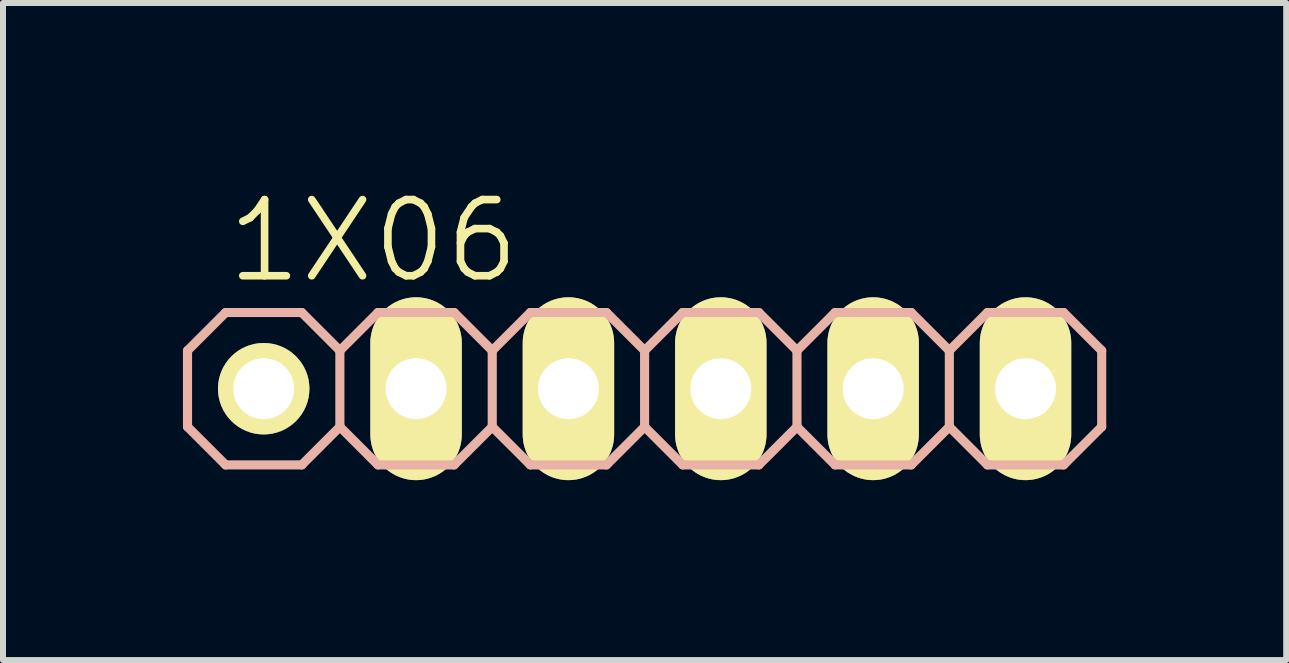
<source format=kicad_pcb>
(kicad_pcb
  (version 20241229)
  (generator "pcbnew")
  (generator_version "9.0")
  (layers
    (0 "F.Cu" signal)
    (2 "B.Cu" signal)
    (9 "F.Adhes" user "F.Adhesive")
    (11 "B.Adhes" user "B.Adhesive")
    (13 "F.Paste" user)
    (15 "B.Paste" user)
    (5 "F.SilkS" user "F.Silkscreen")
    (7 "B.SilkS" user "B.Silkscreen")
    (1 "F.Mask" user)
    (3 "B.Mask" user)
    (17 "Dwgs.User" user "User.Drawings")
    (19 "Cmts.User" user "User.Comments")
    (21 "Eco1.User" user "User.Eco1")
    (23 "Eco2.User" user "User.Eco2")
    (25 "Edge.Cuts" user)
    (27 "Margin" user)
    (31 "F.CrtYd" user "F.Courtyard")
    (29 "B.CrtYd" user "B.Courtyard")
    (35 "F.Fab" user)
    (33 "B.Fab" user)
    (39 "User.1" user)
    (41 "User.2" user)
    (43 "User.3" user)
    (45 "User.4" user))
  (footprint "1X06"
    (layer "F.Cu")
    (at 7.696 3.43)
    (property "Reference" "1X06" (at -4.521 -2.464 0) (layer "F.SilkS") (effects (font (size 1.27 1.27) (thickness 0.127))))
    (attr exclude_from_pos_files exclude_from_bom)
    (fp_line (start -6.604 -0.254) (end -6.096 -0.254) (stroke (width 0.066) (type solid)) (layer "F.SilkS"))
    (fp_line (start -6.604 0.254) (end -6.604 -0.254) (stroke (width 0.066) (type solid)) (layer "F.SilkS"))
    (fp_line (start -6.604 0.254) (end -6.096 0.254) (stroke (width 0.066) (type solid)) (layer "F.SilkS"))
    (fp_line (start -6.096 0.254) (end -6.096 -0.254) (stroke (width 0.066) (type solid)) (layer "F.SilkS"))
    (fp_line (start -4.064 -0.254) (end -3.556 -0.254) (stroke (width 0.066) (type solid)) (layer "F.SilkS"))
    (fp_line (start -4.064 0.254) (end -4.064 -0.254) (stroke (width 0.066) (type solid)) (layer "F.SilkS"))
    (fp_line (start -4.064 0.254) (end -3.556 0.254) (stroke (width 0.066) (type solid)) (layer "F.SilkS"))
    (fp_line (start -3.556 0.254) (end -3.556 -0.254) (stroke (width 0.066) (type solid)) (layer "F.SilkS"))
    (fp_line (start -1.524 -0.254) (end -1.016 -0.254) (stroke (width 0.066) (type solid)) (layer "F.SilkS"))
    (fp_line (start -1.524 0.254) (end -1.524 -0.254) (stroke (width 0.066) (type solid)) (layer "F.SilkS"))
    (fp_line (start -1.524 0.254) (end -1.016 0.254) (stroke (width 0.066) (type solid)) (layer "F.SilkS"))
    (fp_line (start -1.016 0.254) (end -1.016 -0.254) (stroke (width 0.066) (type solid)) (layer "F.SilkS"))
    (fp_line (start 1.016 -0.254) (end 1.524 -0.254) (stroke (width 0.066) (type solid)) (layer "F.SilkS"))
    (fp_line (start 1.016 0.254) (end 1.016 -0.254) (stroke (width 0.066) (type solid)) (layer "F.SilkS"))
    (fp_line (start 1.016 0.254) (end 1.524 0.254) (stroke (width 0.066) (type solid)) (layer "F.SilkS"))
    (fp_line (start 1.524 0.254) (end 1.524 -0.254) (stroke (width 0.066) (type solid)) (layer "F.SilkS"))
    (fp_line (start 3.556 -0.254) (end 4.064 -0.254) (stroke (width 0.066) (type solid)) (layer "F.SilkS"))
    (fp_line (start 3.556 0.254) (end 3.556 -0.254) (stroke (width 0.066) (type solid)) (layer "F.SilkS"))
    (fp_line (start 3.556 0.254) (end 4.064 0.254) (stroke (width 0.066) (type solid)) (layer "F.SilkS"))
    (fp_line (start 4.064 0.254) (end 4.064 -0.254) (stroke (width 0.066) (type solid)) (layer "F.SilkS"))
    (fp_line (start 6.096 -0.254) (end 6.604 -0.254) (stroke (width 0.066) (type solid)) (layer "F.SilkS"))
    (fp_line (start 6.096 0.254) (end 6.096 -0.254) (stroke (width 0.066) (type solid)) (layer "F.SilkS"))
    (fp_line (start 6.096 0.254) (end 6.604 0.254) (stroke (width 0.066) (type solid)) (layer "F.SilkS"))
    (fp_line (start 6.604 0.254) (end 6.604 -0.254) (stroke (width 0.066) (type solid)) (layer "F.SilkS"))
    (fp_line (start -7.62 -0.635) (end -7.62 0.635) (stroke (width 0.152) (type solid)) (layer "B.SilkS"))
    (fp_line (start -7.62 0.635) (end -6.985 1.27) (stroke (width 0.152) (type solid)) (layer "B.SilkS"))
    (fp_line (start -6.985 -1.27) (end -7.62 -0.635) (stroke (width 0.152) (type solid)) (layer "B.SilkS"))
    (fp_line (start -6.985 -1.27) (end -5.715 -1.27) (stroke (width 0.152) (type solid)) (layer "B.SilkS"))
    (fp_line (start -5.715 -1.27) (end -5.08 -0.635) (stroke (width 0.152) (type solid)) (layer "B.SilkS"))
    (fp_line (start -5.715 1.27) (end -6.985 1.27) (stroke (width 0.152) (type solid)) (layer "B.SilkS"))
    (fp_line (start -5.08 -0.635) (end -5.08 0.635) (stroke (width 0.152) (type solid)) (layer "B.SilkS"))
    (fp_line (start -5.08 -0.635) (end -4.445 -1.27) (stroke (width 0.152) (type solid)) (layer "B.SilkS"))
    (fp_line (start -5.08 0.635) (end -5.715 1.27) (stroke (width 0.152) (type solid)) (layer "B.SilkS"))
    (fp_line (start -4.445 -1.27) (end -3.175 -1.27) (stroke (width 0.152) (type solid)) (layer "B.SilkS"))
    (fp_line (start -4.445 1.27) (end -5.08 0.635) (stroke (width 0.152) (type solid)) (layer "B.SilkS"))
    (fp_line (start -3.175 -1.27) (end -2.54 -0.635) (stroke (width 0.152) (type solid)) (layer "B.SilkS"))
    (fp_line (start -3.175 1.27) (end -4.445 1.27) (stroke (width 0.152) (type solid)) (layer "B.SilkS"))
    (fp_line (start -2.54 -0.635) (end -2.54 0.635) (stroke (width 0.152) (type solid)) (layer "B.SilkS"))
    (fp_line (start -2.54 -0.635) (end -1.905 -1.27) (stroke (width 0.152) (type solid)) (layer "B.SilkS"))
    (fp_line (start -2.54 0.635) (end -3.175 1.27) (stroke (width 0.152) (type solid)) (layer "B.SilkS"))
    (fp_line (start -1.905 -1.27) (end -0.635 -1.27) (stroke (width 0.152) (type solid)) (layer "B.SilkS"))
    (fp_line (start -1.905 1.27) (end -2.54 0.635) (stroke (width 0.152) (type solid)) (layer "B.SilkS"))
    (fp_line (start -0.635 -1.27) (end 0 -0.635) (stroke (width 0.152) (type solid)) (layer "B.SilkS"))
    (fp_line (start -0.635 1.27) (end -1.905 1.27) (stroke (width 0.152) (type solid)) (layer "B.SilkS"))
    (fp_line (start 0 -0.635) (end 0 0.635) (stroke (width 0.152) (type solid)) (layer "B.SilkS"))
    (fp_line (start 0 0.635) (end -0.635 1.27) (stroke (width 0.152) (type solid)) (layer "B.SilkS"))
    (fp_line (start 0 0.635) (end 0.635 1.27) (stroke (width 0.152) (type solid)) (layer "B.SilkS"))
    (fp_line (start 0.635 -1.27) (end 0 -0.635) (stroke (width 0.152) (type solid)) (layer "B.SilkS"))
    (fp_line (start 0.635 -1.27) (end 1.905 -1.27) (stroke (width 0.152) (type solid)) (layer "B.SilkS"))
    (fp_line (start 1.905 -1.27) (end 2.54 -0.635) (stroke (width 0.152) (type solid)) (layer "B.SilkS"))
    (fp_line (start 1.905 1.27) (end 0.635 1.27) (stroke (width 0.152) (type solid)) (layer "B.SilkS"))
    (fp_line (start 2.54 -0.635) (end 2.54 0.635) (stroke (width 0.152) (type solid)) (layer "B.SilkS"))
    (fp_line (start 2.54 -0.635) (end 3.175 -1.27) (stroke (width 0.152) (type solid)) (layer "B.SilkS"))
    (fp_line (start 2.54 0.635) (end 1.905 1.27) (stroke (width 0.152) (type solid)) (layer "B.SilkS"))
    (fp_line (start 3.175 -1.27) (end 4.445 -1.27) (stroke (width 0.152) (type solid)) (layer "B.SilkS"))
    (fp_line (start 3.175 1.27) (end 2.54 0.635) (stroke (width 0.152) (type solid)) (layer "B.SilkS"))
    (fp_line (start 4.445 -1.27) (end 5.08 -0.635) (stroke (width 0.152) (type solid)) (layer "B.SilkS"))
    (fp_line (start 4.445 1.27) (end 3.175 1.27) (stroke (width 0.152) (type solid)) (layer "B.SilkS"))
    (fp_line (start 5.08 -0.635) (end 5.08 0.635) (stroke (width 0.152) (type solid)) (layer "B.SilkS"))
    (fp_line (start 5.08 0.635) (end 4.445 1.27) (stroke (width 0.152) (type solid)) (layer "B.SilkS"))
    (fp_line (start 5.08 0.635) (end 5.715 1.27) (stroke (width 0.152) (type solid)) (layer "B.SilkS"))
    (fp_line (start 5.715 -1.27) (end 5.08 -0.635) (stroke (width 0.152) (type solid)) (layer "B.SilkS"))
    (fp_line (start 5.715 -1.27) (end 6.985 -1.27) (stroke (width 0.152) (type solid)) (layer "B.SilkS"))
    (fp_line (start 6.985 -1.27) (end 7.62 -0.635) (stroke (width 0.152) (type solid)) (layer "B.SilkS"))
    (fp_line (start 6.985 1.27) (end 5.715 1.27) (stroke (width 0.152) (type solid)) (layer "B.SilkS"))
    (fp_line (start 7.62 -0.635) (end 7.62 0.635) (stroke (width 0.152) (type solid)) (layer "B.SilkS"))
    (fp_line (start 7.62 0.635) (end 6.985 1.27) (stroke (width 0.152) (type solid)) (layer "B.SilkS"))
    (pad "1" thru_hole circle (at -6.35 0) (size 1.524 1.524) (drill 1.016) (layers "*.Cu" "F.Mask" "F.SilkS" "F.Paste"))
    (pad "2" thru_hole oval (at -3.81 0 180) (size 1.524 3.048) (drill 1.016) (layers "*.Cu" "F.Mask" "F.SilkS" "F.Paste"))
    (pad "3" thru_hole oval (at -1.27 0 180) (size 1.524 3.048) (drill 1.016) (layers "*.Cu" "F.Mask" "F.SilkS" "F.Paste"))
    (pad "4" thru_hole oval (at 1.27 0 180) (size 1.524 3.048) (drill 1.016) (layers "*.Cu" "F.Mask" "F.SilkS" "F.Paste"))
    (pad "5" thru_hole oval (at 3.81 0 180) (size 1.524 3.048) (drill 1.016) (layers "*.Cu" "F.Mask" "F.SilkS" "F.Paste"))
    (pad "6" thru_hole oval (at 6.35 0 180) (size 1.524 3.048) (drill 1.016) (layers "*.Cu" "F.Mask" "F.SilkS" "F.Paste")))
  (gr_rect
    (start -3 -3)
    (end 18.392 7.954)
    (stroke (width 0.1) (type default))
    (fill no)
    (layer "Edge.Cuts")))
</source>
